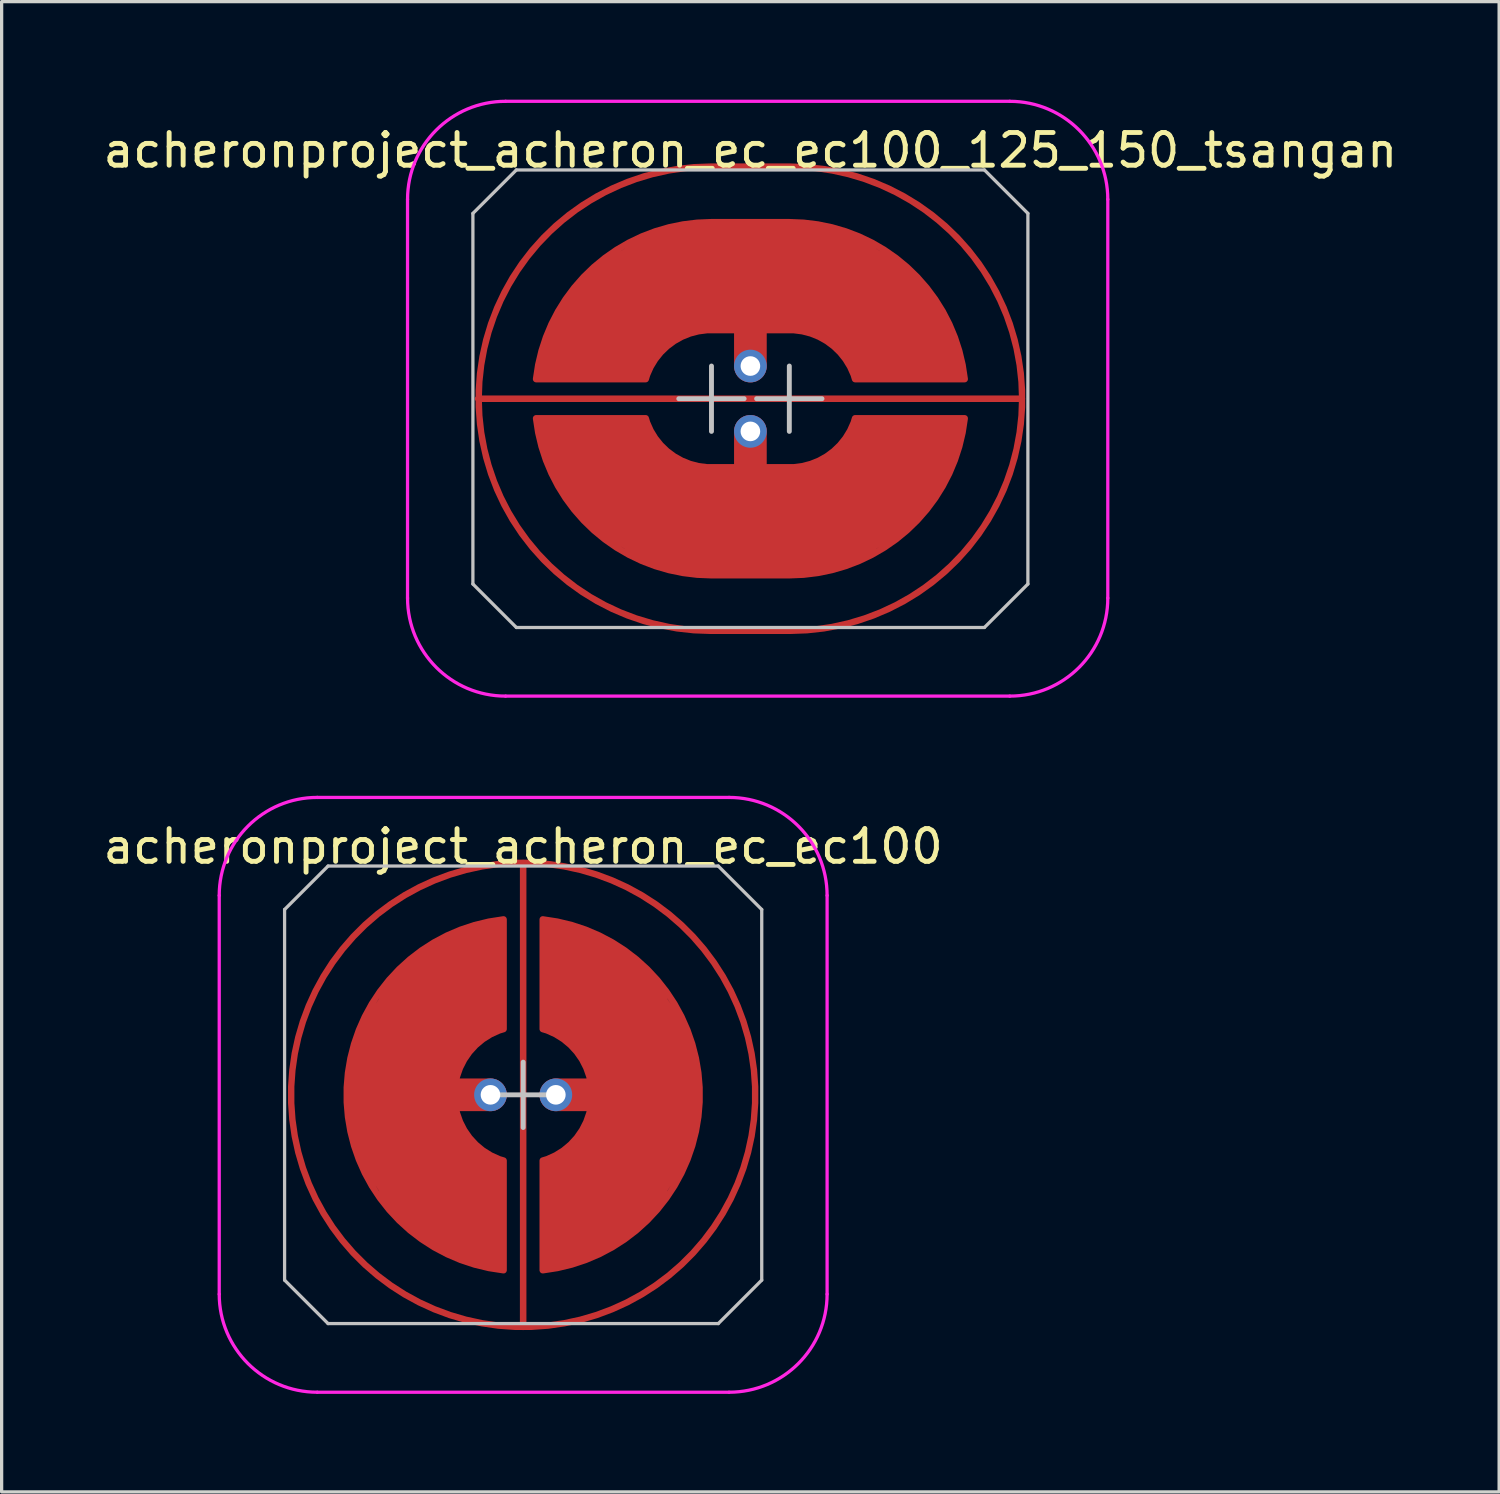
<source format=kicad_pcb>
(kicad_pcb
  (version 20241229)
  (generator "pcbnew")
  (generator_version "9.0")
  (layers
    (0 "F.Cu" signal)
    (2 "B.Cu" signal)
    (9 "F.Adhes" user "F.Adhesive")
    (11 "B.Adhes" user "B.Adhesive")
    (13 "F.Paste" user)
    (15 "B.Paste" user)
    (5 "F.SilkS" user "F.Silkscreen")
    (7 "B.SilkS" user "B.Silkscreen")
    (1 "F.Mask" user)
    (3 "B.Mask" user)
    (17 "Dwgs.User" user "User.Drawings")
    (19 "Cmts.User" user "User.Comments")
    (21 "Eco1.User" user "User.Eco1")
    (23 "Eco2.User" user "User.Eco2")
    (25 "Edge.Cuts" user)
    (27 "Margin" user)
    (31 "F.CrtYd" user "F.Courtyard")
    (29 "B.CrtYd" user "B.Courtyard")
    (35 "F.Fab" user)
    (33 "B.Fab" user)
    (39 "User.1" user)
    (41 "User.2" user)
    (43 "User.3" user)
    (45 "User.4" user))
  (footprint "acheronproject_acheron_ec_ec100_125_150_tsangan"
    (layer "F.Cu")
    (at 19.911 9.15)
    (property "Reference" "acheronproject_acheron_ec_ec100_125_150_tsangan" (at 0 -7.6 0) (layer "F.SilkS") (effects (font (size 1 1) (thickness 0.15))))
    (attr through_hole)
    (fp_line (start -8.491 -5.67) (end -7.161 -7) (stroke (width 0.1) (type solid)) (layer "Dwgs.User"))
    (fp_line (start -8.491 5.67) (end -8.491 -5.67) (stroke (width 0.1) (type solid)) (layer "Dwgs.User"))
    (fp_line (start -8.491 5.67) (end -7.161 7) (stroke (width 0.1) (type solid)) (layer "Dwgs.User"))
    (fp_line (start -7.161 -7) (end 7.161 -7) (stroke (width 0.1) (type solid)) (layer "Dwgs.User"))
    (fp_line (start -2.191 0) (end -0.191 0) (stroke (width 0.15) (type default)) (layer "Dwgs.User"))
    (fp_line (start -1.191 -1) (end -1.191 1) (stroke (width 0.15) (type default)) (layer "Dwgs.User"))
    (fp_line (start 0.191 0) (end 2.191 0) (stroke (width 0.15) (type default)) (layer "Dwgs.User"))
    (fp_line (start 1.191 -1) (end 1.191 1) (stroke (width 0.15) (type default)) (layer "Dwgs.User"))
    (fp_line (start 7.161 -7) (end 8.491 -5.67) (stroke (width 0.1) (type solid)) (layer "Dwgs.User"))
    (fp_line (start 7.161 7) (end -7.161 7) (stroke (width 0.1) (type solid)) (layer "Dwgs.User"))
    (fp_line (start 8.491 -5.67) (end 8.491 5.67) (stroke (width 0.1) (type solid)) (layer "Dwgs.User"))
    (fp_line (start 8.491 5.67) (end 7.161 7) (stroke (width 0.1) (type solid)) (layer "Dwgs.User"))
    (fp_line (start -10.491 6.1) (end -10.491 -6.1) (stroke (width 0.1) (type solid)) (layer "F.CrtYd"))
    (fp_line (start -7.491 -9.1) (end 7.936 -9.1) (stroke (width 0.1) (type solid)) (layer "F.CrtYd"))
    (fp_line (start 7.936 9.1) (end -7.491 9.1) (stroke (width 0.1) (type solid)) (layer "F.CrtYd"))
    (fp_line (start 10.936 -6.1) (end 10.936 6.1) (stroke (width 0.1) (type solid)) (layer "F.CrtYd"))
    (fp_arc (start -10.490625 -6.1) (mid -9.611945 -8.22132) (end -7.490625 -9.1) (stroke (width 0.1) (type solid)) (layer "F.CrtYd"))
    (fp_arc (start -7.490625 9.1) (mid -9.611945 8.22132) (end -10.490625 6.1) (stroke (width 0.1) (type solid)) (layer "F.CrtYd"))
    (fp_arc (start 7.935862 -9.1) (mid 10.057182 -8.22132) (end 10.935862 -6.1) (stroke (width 0.1) (type solid)) (layer "F.CrtYd"))
    (fp_arc (start 10.935862 6.1) (mid 10.057182 8.22132) (end 7.935862 9.1) (stroke (width 0.1) (type solid)) (layer "F.CrtYd"))
    (pad "" smd circle (at 0 -1) (size 0.55 0.55) (layers "F.Mask"))
    (pad "" smd circle (at 0 1) (size 0.55 0.55) (layers "F.Mask"))
    (pad "1" smd custom (at -8.334 -0.000001 90) (size 0.2 0.2) (layers "F.Cu") (options (anchor circle)) (primitives (gr_arc (start -7.1 7.121876) (mid 0 0.021876) (end 7.1 7.121876) (width 0.2)) (gr_line (start 7.1 7.122) (end 7.1 9.547) (width 0.2)) (gr_line (start -7.1 7.122) (end -7.1 9.547) (width 0.2)) (gr_arc (start 7.1 9.546876) (mid 0 16.646876) (end -7.1 9.546876) (width 0.2)) (gr_line (start -0.000001 16.647) (end 0 0.022) (width 0.2))))
    (pad "2" thru_hole circle (at 0 1) (size 1 1) (drill 0.6) (layers "*.Cu" "B.Mask"))
    (pad "2" smd custom (at 0 3.763) (size 1.524 1.524) (layers "F.Cu") (options (anchor circle)) (primitives (gr_rect (start -1.191 -1.663) (end 1.191 1.637) (width 0.2) (fill yes)) (gr_poly (pts (xy 1.191 1.637) (xy 2.191 1.538) (xy 3.191 1.238) (xy 4.791 0.237) (xy 5.691 -0.762) (xy 6.191 -1.762) (xy 6.491 -2.763) (xy 6.557 -3.163) (xy 3.203 -3.163) (xy 2.991 -2.763) (xy 2.191 -1.863) (xy 1.191 -1.663)) (width 0) (fill yes)) (gr_poly (pts (xy -1.191 1.637) (xy -2.191 1.538) (xy -3.191 1.238) (xy -4.791 0.237) (xy -5.691 -0.762) (xy -6.191 -1.762) (xy -6.491 -2.763) (xy -6.557 -3.163) (xy -3.203 -3.163) (xy -2.991 -2.763) (xy -2.191 -1.863) (xy -1.191 -1.663)) (width 0) (fill yes)) (gr_arc (start 6.556754 -3.158638) (mid 4.789176 0.263717) (end 1.190625 1.637499) (width 0.2)) (gr_arc (start 3.202067 -3.159097) (mid 2.444189 -2.077696) (end 1.190625 -1.662501) (width 0.2)) (gr_arc (start -1.190625 1.637499) (mid -4.789176 0.263717) (end -6.556754 -3.158638) (width 0.2)) (gr_arc (start -1.190625 -1.662501) (mid -2.44419 -2.077694) (end -3.202067 -3.159097) (width 0.2)) (gr_line (start 3.203 -3.163) (end 6.557 -3.163) (width 0.2)) (gr_line (start 0 -2.763) (end 0 -0.263) (width 1)) (gr_line (start -3.203 -3.163) (end -6.557 -3.163) (width 0.2))))
    (pad "3" smd custom (at 0 -3.763) (size 1.524 1.524) (layers "F.Cu") (options (anchor circle)) (primitives (gr_rect (start -1.191 -1.637) (end 1.191 1.663) (width 0.2) (fill yes)) (gr_poly (pts (xy 1.191 -1.637) (xy 2.191 -1.538) (xy 3.191 -1.238) (xy 4.791 -0.237) (xy 5.691 0.762) (xy 6.191 1.762) (xy 6.491 2.763) (xy 6.557 3.163) (xy 3.203 3.163) (xy 2.991 2.763) (xy 2.191 1.863) (xy 1.191 1.663)) (width 0) (fill yes)) (gr_poly (pts (xy -1.191 -1.637) (xy -2.191 -1.538) (xy -3.191 -1.238) (xy -4.791 -0.237) (xy -5.691 0.762) (xy -6.191 1.762) (xy -6.491 2.763) (xy -6.557 3.163) (xy -3.203 3.163) (xy -2.991 2.763) (xy -2.191 1.863) (xy -1.191 1.663)) (width 0) (fill yes)) (gr_arc (start 1.190625 1.662501) (mid 2.44419 2.077693) (end 3.202065 3.159098) (width 0.2)) (gr_arc (start 1.190625 -1.637499) (mid 4.789176 -0.263717) (end 6.556754 3.158638) (width 0.2)) (gr_arc (start -3.202067 3.159097) (mid -2.44419 2.077694) (end -1.190625 1.662501) (width 0.2)) (gr_arc (start -6.556754 3.158638) (mid -4.789176 -0.263717) (end -1.190625 -1.637499) (width 0.2)) (gr_line (start 3.203 3.163) (end 6.557 3.163) (width 0.2)) (gr_line (start 0 2.763) (end 0 0.263) (width 1)) (gr_line (start -3.203 3.163) (end -6.557 3.163) (width 0.2))))
    (pad "3" thru_hole circle (at 0 -1) (size 1 1) (drill 0.6) (layers "*.Cu" "B.Mask"))
    (zone (net_name "") (layer "F.Cu") (hatch edge 0.508) (connect_pads) (min_thickness 0.254) (filled_areas_thickness no) (keepout (tracks allowed) (vias allowed) (pads allowed) (copperpour not_allowed) (footprints allowed)) (placement (enabled no)) (fill) (polygon (pts (xy 22.145 2.15) (xy 23.145 2.35) (xy 24.145 2.75) (xy 25.145 3.25) (xy 26.145 4.15) (xy 27.045 5.15) (xy 27.545 6.15) (xy 27.945 7.15) (xy 28.145 8.15) (xy 28.245 9.15) (xy 28.145 10.15) (xy 27.945 11.15) (xy 27.545 12.15) (xy 27.145 12.95) (xy 26.145 14.25) (xy 25.145 15.05) (xy 24.145 15.65) (xy 23.145 15.95) (xy 22.145 16.15) (xy 21.145 16.25) (xy 18.676 16.25) (xy 17.676 16.15) (xy 16.676 15.95) (xy 15.676 15.55) (xy 14.676 15.05) (xy 13.676 14.15) (xy 12.776 13.15) (xy 12.276 12.15) (xy 11.876 11.15) (xy 11.676 10.15) (xy 11.576 9.15) (xy 11.676 8.15) (xy 11.876 7.25) (xy 12.276 6.15) (xy 12.776 5.15) (xy 13.576 4.15) (xy 14.676 3.25) (xy 15.676 2.75) (xy 16.676 2.35) (xy 17.676 2.15) (xy 18.676 2.05) (xy 21.145 2.05)))))
  (footprint "acheronproject_acheron_ec_ec100"
    (layer "F.Cu")
    (at 12.958 30.45)
    (property "Reference" "acheronproject_acheron_ec_ec100" (at 0 -7.6 0) (layer "F.SilkS") (effects (font (size 1 1) (thickness 0.15))))
    (attr through_hole)
    (fp_line (start -7.3 -5.67) (end -5.97 -7) (stroke (width 0.1) (type solid)) (layer "Dwgs.User"))
    (fp_line (start -7.3 5.67) (end -7.3 -5.67) (stroke (width 0.1) (type solid)) (layer "Dwgs.User"))
    (fp_line (start -7.3 5.67) (end -5.97 7) (stroke (width 0.1) (type solid)) (layer "Dwgs.User"))
    (fp_line (start -5.97 -7) (end 5.97 -7) (stroke (width 0.1) (type solid)) (layer "Dwgs.User"))
    (fp_line (start -1 0) (end 1 0) (stroke (width 0.15) (type default)) (layer "Dwgs.User"))
    (fp_line (start 0 -1) (end 0 1) (stroke (width 0.15) (type default)) (layer "Dwgs.User"))
    (fp_line (start 5.97 -7) (end 7.3 -5.67) (stroke (width 0.1) (type solid)) (layer "Dwgs.User"))
    (fp_line (start 5.97 7) (end -5.97 7) (stroke (width 0.1) (type solid)) (layer "Dwgs.User"))
    (fp_line (start 7.3 -5.67) (end 7.3 5.67) (stroke (width 0.1) (type solid)) (layer "Dwgs.User"))
    (fp_line (start 7.3 5.67) (end 5.97 7) (stroke (width 0.1) (type solid)) (layer "Dwgs.User"))
    (fp_line (start -9.3 6.1) (end -9.3 -6.1) (stroke (width 0.1) (type solid)) (layer "F.CrtYd"))
    (fp_line (start -6.3 -9.1) (end 6.3 -9.1) (stroke (width 0.1) (type solid)) (layer "F.CrtYd"))
    (fp_line (start -6.3 9.1) (end 6.3 9.1) (stroke (width 0.1) (type solid)) (layer "F.CrtYd"))
    (fp_line (start 9.3 -6.1) (end 9.3 6.1) (stroke (width 0.1) (type solid)) (layer "F.CrtYd"))
    (fp_arc (start -9.3 -6.1) (mid -8.42132 -8.22132) (end -6.3 -9.1) (stroke (width 0.1) (type solid)) (layer "F.CrtYd"))
    (fp_arc (start -6.3 9.1) (mid -8.42132 8.22132) (end -9.3 6.1) (stroke (width 0.1) (type solid)) (layer "F.CrtYd"))
    (fp_arc (start 6.3 -9.1) (mid 8.42132 -8.22132) (end 9.3 -6.1) (stroke (width 0.1) (type solid)) (layer "F.CrtYd"))
    (fp_arc (start 9.3 6.1) (mid 8.42132 8.22132) (end 6.3 9.1) (stroke (width 0.1) (type solid)) (layer "F.CrtYd"))
    (pad "" smd circle (at -1 0) (size 0.55 0.55) (layers "F.Mask"))
    (pad "" smd circle (at 1 0) (size 0.55 0.55) (layers "F.Mask"))
    (pad "1" smd custom (at 0 0 90) (size 0.2 0.2) (layers "F.Cu") (options (anchor circle)) (primitives (gr_line (start 7.1 0) (end -7.1 0) (width 0.2)) (gr_circle (center 0 0) (end 7.1 0) (width 0.2) (fill no))))
    (pad "2" smd custom (at -4.1 0) (size 0.2 0.2) (layers "F.Cu") (options (anchor circle)) (primitives (gr_poly (pts (xy 3.1 5.3) (xy 2.1 5) (xy 1.1 4.5) (xy 0.1 3.6) (xy -0.9 2) (xy -1.2 1) (xy -1.3 0) (xy -1.2 -1) (xy -0.9 -2) (xy 0.1 -3.6) (xy 1.1 -4.5) (xy 2.1 -5) (xy 3.1 -5.3) (xy 3.5 -5.367) (xy 3.5 -2.012) (xy 3.1 -1.8) (xy 2.2 -1) (xy 2 0) (xy 2.2 1) (xy 3.1 1.8) (xy 3.5 2.012) (xy 3.5 5.367)) (width 0) (fill yes)) (gr_line (start 3.1 0) (end 0.6 0) (width 1)) (gr_line (start 3.5 2.012) (end 3.5 5.367) (width 0.2)) (gr_line (start 3.5 -2.012) (end 3.5 -5.367) (width 0.2)) (gr_arc (start 3.5 5.366562) (mid -1.299999 0.001944) (end 3.496136 -5.366129) (width 0.2)) (gr_arc (start 3.5 2.01246) (mid 2.000002 0.001775) (end 3.496598 -2.011443) (width 0.2))))
    (pad "2" thru_hole circle (at -1 0) (size 1 1) (drill 0.6) (layers "*.Cu" "B.Mask"))
    (pad "3" thru_hole circle (at 1 0) (size 1 1) (drill 0.6) (layers "*.Cu" "B.Mask"))
    (pad "3" smd custom (at 4.1 0) (size 0.2 0.2) (layers "F.Cu") (options (anchor circle)) (primitives (gr_poly (pts (xy -3.1 -5.3) (xy -2.1 -5) (xy -1.1 -4.5) (xy -0.1 -3.6) (xy 0.9 -2) (xy 1.2 -1) (xy 1.3 0) (xy 1.2 1) (xy 0.9 2) (xy -0.1 3.6) (xy -1.1 4.5) (xy -2.1 5) (xy -3.5 5.367) (xy -3.5 2.012) (xy -3.1 1.8) (xy -2.2 1) (xy -2 0) (xy -2.2 -1) (xy -3.1 -1.8) (xy -3.5 -2.012) (xy -3.5 -5.367)) (width 0) (fill yes)) (gr_line (start -3.5 -2.012) (end -3.5 -5.367) (width 0.2)) (gr_arc (start -3.5 -2.01246) (mid -2.000002 -0.001775) (end -3.496598 2.011443) (width 0.2)) (gr_arc (start -3.5 -5.366562) (mid 1.299999 -0.001944) (end -3.496136 5.366129) (width 0.2)) (gr_line (start -3.5 2.012) (end -3.5 5.367) (width 0.2)) (gr_line (start -0.6 0) (end -3.1 0) (width 1))))
    (zone (net_name "") (layer "F.Cu") (hatch edge 0.508) (connect_pads) (min_thickness 0.254) (filled_areas_thickness no) (keepout (tracks allowed) (vias allowed) (pads allowed) (copperpour not_allowed) (footprints allowed)) (placement (enabled no)) (fill) (polygon (pts (xy 13.958 23.45) (xy 14.958 23.65) (xy 15.958 24.05) (xy 16.958 24.55) (xy 17.958 25.45) (xy 18.858 26.45) (xy 19.358 27.45) (xy 19.758 28.45) (xy 19.958 29.45) (xy 20.058 30.45) (xy 19.958 31.45) (xy 19.758 32.45) (xy 19.358 33.45) (xy 18.958 34.25) (xy 17.958 35.55) (xy 16.958 36.35) (xy 15.958 36.95) (xy 14.958 37.25) (xy 13.958 37.45) (xy 12.958 37.55) (xy 11.958 37.45) (xy 10.958 37.25) (xy 9.958 36.85) (xy 8.958 36.35) (xy 7.958 35.45) (xy 7.058 34.45) (xy 6.558 33.45) (xy 6.158 32.45) (xy 5.958 31.45) (xy 5.858 30.45) (xy 5.958 29.45) (xy 6.158 28.55) (xy 6.558 27.45) (xy 7.058 26.45) (xy 7.858 25.45) (xy 8.958 24.55) (xy 9.958 24.05) (xy 10.958 23.65) (xy 11.958 23.45) (xy 12.958 23.35)))))
  (gr_rect
    (start -3 -3)
    (end 42.821 42.6)
    (stroke (width 0.1) (type default))
    (fill no)
    (layer "Edge.Cuts")))
</source>
